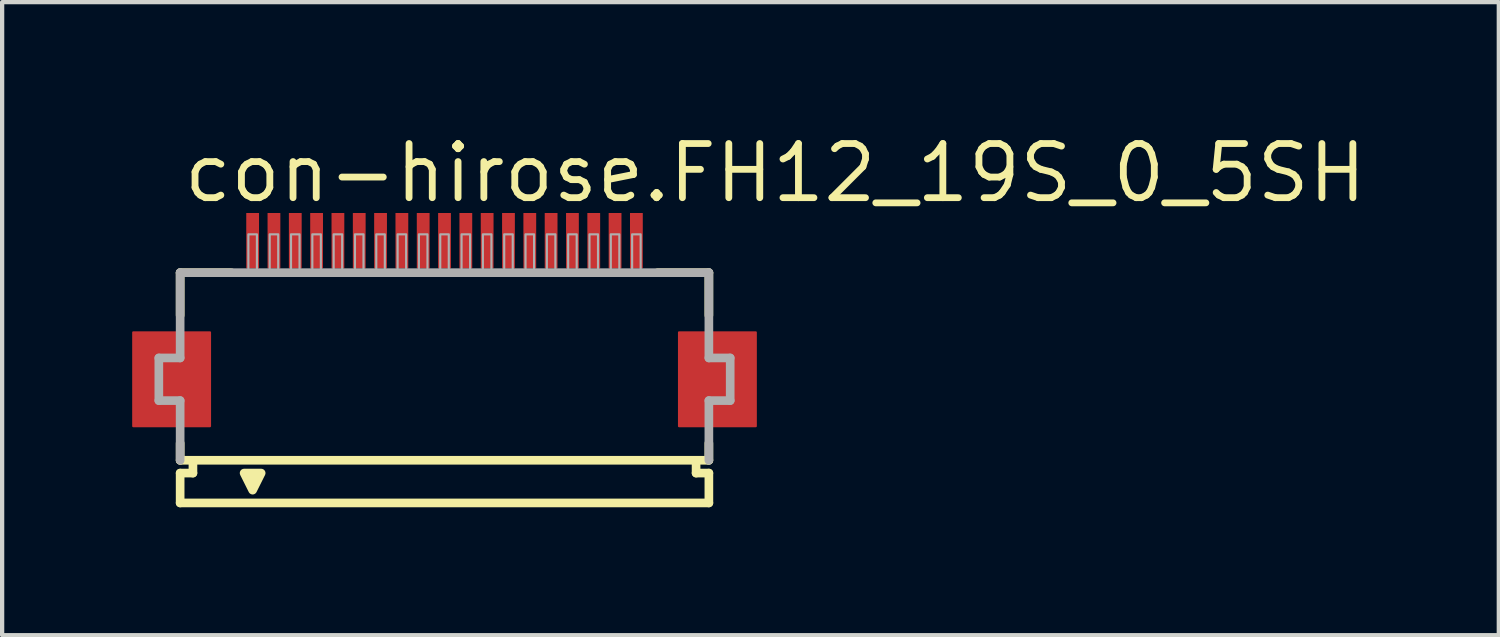
<source format=kicad_pcb>
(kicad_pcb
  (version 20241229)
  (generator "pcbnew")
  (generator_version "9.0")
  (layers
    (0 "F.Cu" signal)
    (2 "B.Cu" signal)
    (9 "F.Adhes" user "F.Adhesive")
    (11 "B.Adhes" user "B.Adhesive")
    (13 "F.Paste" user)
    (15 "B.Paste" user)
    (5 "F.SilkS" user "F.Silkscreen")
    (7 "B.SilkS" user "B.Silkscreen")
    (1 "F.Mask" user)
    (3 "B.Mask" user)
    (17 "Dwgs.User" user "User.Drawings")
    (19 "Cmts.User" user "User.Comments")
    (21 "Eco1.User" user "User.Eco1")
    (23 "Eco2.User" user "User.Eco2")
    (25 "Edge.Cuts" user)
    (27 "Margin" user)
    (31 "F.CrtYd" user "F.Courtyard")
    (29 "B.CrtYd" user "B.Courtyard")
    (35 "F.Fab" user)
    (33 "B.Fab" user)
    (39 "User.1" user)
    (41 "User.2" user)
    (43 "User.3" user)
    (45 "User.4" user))
  (footprint "con-hirose.FH12_19S_0_5SH"
    (layer "F.Cu")
    (at 7.375 5.845)
    (property "Reference" "con-hirose.FH12_19S_0_5SH" (at -6.198 -4.095 0) (layer "F.SilkS") (effects (font (size 1.27 1.27) (thickness 0.16)) (justify left bottom)))
    (attr smd)
    (fp_rect (start -7.3 1.1) (end -5.5 -1.1) (stroke (width 0.05) (type default)) (fill yes) (layer "F.Cu"))
    (fp_rect (start 5.5 1.1) (end 7.3 -1.1) (stroke (width 0.05) (type default)) (fill yes) (layer "F.Cu"))
    (fp_rect (start -7.35 1.175) (end -5.45 -1.175) (stroke (width 0.05) (type default)) (fill yes) (layer "F.Mask"))
    (fp_rect (start -4.7 -2.55) (end -4.3 -3.95) (stroke (width 0.05) (type default)) (fill yes) (layer "F.Mask"))
    (fp_rect (start -4.2 -2.55) (end -3.8 -3.95) (stroke (width 0.05) (type default)) (fill yes) (layer "F.Mask"))
    (fp_rect (start -3.7 -2.55) (end -3.3 -3.95) (stroke (width 0.05) (type default)) (fill yes) (layer "F.Mask"))
    (fp_rect (start -3.2 -2.55) (end -2.8 -3.95) (stroke (width 0.05) (type default)) (fill yes) (layer "F.Mask"))
    (fp_rect (start -2.7 -2.55) (end -2.3 -3.95) (stroke (width 0.05) (type default)) (fill yes) (layer "F.Mask"))
    (fp_rect (start -2.2 -2.55) (end -1.8 -3.95) (stroke (width 0.05) (type default)) (fill yes) (layer "F.Mask"))
    (fp_rect (start -1.7 -2.55) (end -1.3 -3.95) (stroke (width 0.05) (type default)) (fill yes) (layer "F.Mask"))
    (fp_rect (start -1.2 -2.55) (end -0.8 -3.95) (stroke (width 0.05) (type default)) (fill yes) (layer "F.Mask"))
    (fp_rect (start -0.7 -2.55) (end -0.3 -3.95) (stroke (width 0.05) (type default)) (fill yes) (layer "F.Mask"))
    (fp_rect (start -0.2 -2.55) (end 0.2 -3.95) (stroke (width 0.05) (type default)) (fill yes) (layer "F.Mask"))
    (fp_rect (start 0.3 -2.55) (end 0.7 -3.95) (stroke (width 0.05) (type default)) (fill yes) (layer "F.Mask"))
    (fp_rect (start 0.8 -2.55) (end 1.2 -3.95) (stroke (width 0.05) (type default)) (fill yes) (layer "F.Mask"))
    (fp_rect (start 1.3 -2.55) (end 1.7 -3.95) (stroke (width 0.05) (type default)) (fill yes) (layer "F.Mask"))
    (fp_rect (start 1.8 -2.55) (end 2.2 -3.95) (stroke (width 0.05) (type default)) (fill yes) (layer "F.Mask"))
    (fp_rect (start 2.3 -2.55) (end 2.7 -3.95) (stroke (width 0.05) (type default)) (fill yes) (layer "F.Mask"))
    (fp_rect (start 2.8 -2.55) (end 3.2 -3.95) (stroke (width 0.05) (type default)) (fill yes) (layer "F.Mask"))
    (fp_rect (start 3.3 -2.55) (end 3.7 -3.95) (stroke (width 0.05) (type default)) (fill yes) (layer "F.Mask"))
    (fp_rect (start 3.8 -2.55) (end 4.2 -3.95) (stroke (width 0.05) (type default)) (fill yes) (layer "F.Mask"))
    (fp_rect (start 4.3 -2.55) (end 4.7 -3.95) (stroke (width 0.05) (type default)) (fill yes) (layer "F.Mask"))
    (fp_rect (start 5.45 1.175) (end 7.35 -1.175) (stroke (width 0.05) (type default)) (fill yes) (layer "F.Mask"))
    (fp_line (start -6.2 -2.5) (end -6.2 -1.5) (stroke (width 0.203) (type default)) (layer "F.SilkS"))
    (fp_line (start -6.2 1.5) (end -6.2 1.9) (stroke (width 0.203) (type default)) (layer "F.SilkS"))
    (fp_line (start -6.2 1.9) (end -5.9 1.9) (stroke (width 0.203) (type default)) (layer "F.SilkS"))
    (fp_line (start -6.2 2.2) (end -6.2 2.9) (stroke (width 0.203) (type default)) (layer "F.SilkS"))
    (fp_line (start -5.9 1.9) (end -5.9 2.2) (stroke (width 0.203) (type default)) (layer "F.SilkS"))
    (fp_line (start -5.9 2.2) (end -6.2 2.2) (stroke (width 0.203) (type default)) (layer "F.SilkS"))
    (fp_line (start -5 -2.5) (end -6.2 -2.5) (stroke (width 0.203) (type default)) (layer "F.SilkS"))
    (fp_line (start 5.9 1.9) (end -5.9 1.9) (stroke (width 0.203) (type default)) (layer "F.SilkS"))
    (fp_line (start 5.9 1.9) (end 6.2 1.9) (stroke (width 0.203) (type default)) (layer "F.SilkS"))
    (fp_line (start 5.9 2.2) (end 5.9 1.9) (stroke (width 0.203) (type default)) (layer "F.SilkS"))
    (fp_line (start 6.2 -2.5) (end 5 -2.5) (stroke (width 0.203) (type default)) (layer "F.SilkS"))
    (fp_line (start 6.2 -1.5) (end 6.2 -2.5) (stroke (width 0.203) (type default)) (layer "F.SilkS"))
    (fp_line (start 6.2 1.9) (end 6.2 1.5) (stroke (width 0.203) (type default)) (layer "F.SilkS"))
    (fp_line (start 6.2 2.2) (end 5.9 2.2) (stroke (width 0.203) (type default)) (layer "F.SilkS"))
    (fp_line (start 6.2 2.9) (end -6.2 2.9) (stroke (width 0.203) (type default)) (layer "F.SilkS"))
    (fp_line (start 6.2 2.9) (end 6.2 2.2) (stroke (width 0.203) (type default)) (layer "F.SilkS"))
    (fp_poly (pts (xy -4.7 2.2) (xy -4.5 2.6) (xy -4.3 2.2)) (stroke (width 0.203) (type default)) (fill yes) (layer "F.SilkS"))
    (fp_rect (start -7.225 1.025) (end -5.575 -1.025) (stroke (width 0.05) (type default)) (fill yes) (layer "F.Paste"))
    (fp_rect (start -4.625 -2.625) (end -4.375 -3.875) (stroke (width 0.05) (type default)) (fill yes) (layer "F.Paste"))
    (fp_rect (start -4.125 -2.625) (end -3.875 -3.875) (stroke (width 0.05) (type default)) (fill yes) (layer "F.Paste"))
    (fp_rect (start -3.625 -2.625) (end -3.375 -3.875) (stroke (width 0.05) (type default)) (fill yes) (layer "F.Paste"))
    (fp_rect (start -3.125 -2.625) (end -2.875 -3.875) (stroke (width 0.05) (type default)) (fill yes) (layer "F.Paste"))
    (fp_rect (start -2.625 -2.625) (end -2.375 -3.875) (stroke (width 0.05) (type default)) (fill yes) (layer "F.Paste"))
    (fp_rect (start -2.125 -2.625) (end -1.875 -3.875) (stroke (width 0.05) (type default)) (fill yes) (layer "F.Paste"))
    (fp_rect (start -1.625 -2.625) (end -1.375 -3.875) (stroke (width 0.05) (type default)) (fill yes) (layer "F.Paste"))
    (fp_rect (start -1.125 -2.625) (end -0.875 -3.875) (stroke (width 0.05) (type default)) (fill yes) (layer "F.Paste"))
    (fp_rect (start -0.625 -2.625) (end -0.375 -3.875) (stroke (width 0.05) (type default)) (fill yes) (layer "F.Paste"))
    (fp_rect (start -0.125 -2.625) (end 0.125 -3.875) (stroke (width 0.05) (type default)) (fill yes) (layer "F.Paste"))
    (fp_rect (start 0.375 -2.625) (end 0.625 -3.875) (stroke (width 0.05) (type default)) (fill yes) (layer "F.Paste"))
    (fp_rect (start 0.875 -2.625) (end 1.125 -3.875) (stroke (width 0.05) (type default)) (fill yes) (layer "F.Paste"))
    (fp_rect (start 1.375 -2.625) (end 1.625 -3.875) (stroke (width 0.05) (type default)) (fill yes) (layer "F.Paste"))
    (fp_rect (start 1.875 -2.625) (end 2.125 -3.875) (stroke (width 0.05) (type default)) (fill yes) (layer "F.Paste"))
    (fp_rect (start 2.375 -2.625) (end 2.625 -3.875) (stroke (width 0.05) (type default)) (fill yes) (layer "F.Paste"))
    (fp_rect (start 2.875 -2.625) (end 3.125 -3.875) (stroke (width 0.05) (type default)) (fill yes) (layer "F.Paste"))
    (fp_rect (start 3.375 -2.625) (end 3.625 -3.875) (stroke (width 0.05) (type default)) (fill yes) (layer "F.Paste"))
    (fp_rect (start 3.875 -2.625) (end 4.125 -3.875) (stroke (width 0.05) (type default)) (fill yes) (layer "F.Paste"))
    (fp_rect (start 4.375 -2.625) (end 4.625 -3.875) (stroke (width 0.05) (type default)) (fill yes) (layer "F.Paste"))
    (fp_rect (start 5.575 1.025) (end 7.225 -1.025) (stroke (width 0.05) (type default)) (fill yes) (layer "F.Paste"))
    (fp_line (start -6.7 -0.5) (end -6.7 0.5) (stroke (width 0.203) (type default)) (layer "F.Fab"))
    (fp_line (start -6.7 0.5) (end -6.2 0.5) (stroke (width 0.203) (type default)) (layer "F.Fab"))
    (fp_line (start -6.2 -2.5) (end -6.2 -0.5) (stroke (width 0.203) (type default)) (layer "F.Fab"))
    (fp_line (start -6.2 -0.5) (end -6.7 -0.5) (stroke (width 0.203) (type default)) (layer "F.Fab"))
    (fp_line (start -6.2 0.5) (end -6.2 1.9) (stroke (width 0.203) (type default)) (layer "F.Fab"))
    (fp_line (start 6.2 -2.5) (end -6.2 -2.5) (stroke (width 0.203) (type default)) (layer "F.Fab"))
    (fp_line (start 6.2 -0.5) (end 6.2 -2.5) (stroke (width 0.203) (type default)) (layer "F.Fab"))
    (fp_line (start 6.2 0.5) (end 6.7 0.5) (stroke (width 0.203) (type default)) (layer "F.Fab"))
    (fp_line (start 6.2 1.9) (end 6.2 0.5) (stroke (width 0.203) (type default)) (layer "F.Fab"))
    (fp_line (start 6.7 -0.5) (end 6.2 -0.5) (stroke (width 0.203) (type default)) (layer "F.Fab"))
    (fp_line (start 6.7 0.5) (end 6.7 -0.5) (stroke (width 0.203) (type default)) (layer "F.Fab"))
    (fp_rect (start -4.6 -2.55) (end -4.4 -3.4) (stroke (width 0.05) (type default)) (fill no) (layer "F.Fab"))
    (fp_rect (start -4.1 -2.55) (end -3.9 -3.4) (stroke (width 0.05) (type default)) (fill no) (layer "F.Fab"))
    (fp_rect (start -3.6 -2.55) (end -3.4 -3.4) (stroke (width 0.05) (type default)) (fill no) (layer "F.Fab"))
    (fp_rect (start -3.1 -2.55) (end -2.9 -3.4) (stroke (width 0.05) (type default)) (fill no) (layer "F.Fab"))
    (fp_rect (start -2.6 -2.55) (end -2.4 -3.4) (stroke (width 0.05) (type default)) (fill no) (layer "F.Fab"))
    (fp_rect (start -2.1 -2.55) (end -1.9 -3.4) (stroke (width 0.05) (type default)) (fill no) (layer "F.Fab"))
    (fp_rect (start -1.6 -2.55) (end -1.4 -3.4) (stroke (width 0.05) (type default)) (fill no) (layer "F.Fab"))
    (fp_rect (start -1.1 -2.55) (end -0.9 -3.4) (stroke (width 0.05) (type default)) (fill no) (layer "F.Fab"))
    (fp_rect (start -0.6 -2.55) (end -0.4 -3.4) (stroke (width 0.05) (type default)) (fill no) (layer "F.Fab"))
    (fp_rect (start -0.1 -2.55) (end 0.1 -3.4) (stroke (width 0.05) (type default)) (fill no) (layer "F.Fab"))
    (fp_rect (start 0.4 -2.55) (end 0.6 -3.4) (stroke (width 0.05) (type default)) (fill no) (layer "F.Fab"))
    (fp_rect (start 0.9 -2.55) (end 1.1 -3.4) (stroke (width 0.05) (type default)) (fill no) (layer "F.Fab"))
    (fp_rect (start 1.4 -2.55) (end 1.6 -3.4) (stroke (width 0.05) (type default)) (fill no) (layer "F.Fab"))
    (fp_rect (start 1.9 -2.55) (end 2.1 -3.4) (stroke (width 0.05) (type default)) (fill no) (layer "F.Fab"))
    (fp_rect (start 2.4 -2.55) (end 2.6 -3.4) (stroke (width 0.05) (type default)) (fill no) (layer "F.Fab"))
    (fp_rect (start 2.9 -2.55) (end 3.1 -3.4) (stroke (width 0.05) (type default)) (fill no) (layer "F.Fab"))
    (fp_rect (start 3.4 -2.55) (end 3.6 -3.4) (stroke (width 0.05) (type default)) (fill no) (layer "F.Fab"))
    (fp_rect (start 3.9 -2.55) (end 4.1 -3.4) (stroke (width 0.05) (type default)) (fill no) (layer "F.Fab"))
    (fp_rect (start 4.4 -2.55) (end 4.6 -3.4) (stroke (width 0.05) (type default)) (fill no) (layer "F.Fab"))
    (pad "1" smd roundrect (at -4.5 -3.25) (size 0.3 1.3) (layers "F.Cu" "F.Mask" "F.Paste") (roundrect_rratio 0.01))
    (pad "2" smd roundrect (at -4 -3.25) (size 0.3 1.3) (layers "F.Cu" "F.Mask" "F.Paste") (roundrect_rratio 0.01))
    (pad "3" smd roundrect (at -3.5 -3.25) (size 0.3 1.3) (layers "F.Cu" "F.Mask" "F.Paste") (roundrect_rratio 0.01))
    (pad "4" smd roundrect (at -3 -3.25) (size 0.3 1.3) (layers "F.Cu" "F.Mask" "F.Paste") (roundrect_rratio 0.01))
    (pad "5" smd roundrect (at -2.5 -3.25) (size 0.3 1.3) (layers "F.Cu" "F.Mask" "F.Paste") (roundrect_rratio 0.01))
    (pad "6" smd roundrect (at -2 -3.25) (size 0.3 1.3) (layers "F.Cu" "F.Mask" "F.Paste") (roundrect_rratio 0.01))
    (pad "7" smd roundrect (at -1.5 -3.25) (size 0.3 1.3) (layers "F.Cu" "F.Mask" "F.Paste") (roundrect_rratio 0.01))
    (pad "8" smd roundrect (at -1 -3.25) (size 0.3 1.3) (layers "F.Cu" "F.Mask" "F.Paste") (roundrect_rratio 0.01))
    (pad "9" smd roundrect (at -0.5 -3.25) (size 0.3 1.3) (layers "F.Cu" "F.Mask" "F.Paste") (roundrect_rratio 0.01))
    (pad "10" smd roundrect (at 0 -3.25) (size 0.3 1.3) (layers "F.Cu" "F.Mask" "F.Paste") (roundrect_rratio 0.01))
    (pad "11" smd roundrect (at 0.5 -3.25) (size 0.3 1.3) (layers "F.Cu" "F.Mask" "F.Paste") (roundrect_rratio 0.01))
    (pad "12" smd roundrect (at 1 -3.25) (size 0.3 1.3) (layers "F.Cu" "F.Mask" "F.Paste") (roundrect_rratio 0.01))
    (pad "13" smd roundrect (at 1.5 -3.25) (size 0.3 1.3) (layers "F.Cu" "F.Mask" "F.Paste") (roundrect_rratio 0.01))
    (pad "14" smd roundrect (at 2 -3.25) (size 0.3 1.3) (layers "F.Cu" "F.Mask" "F.Paste") (roundrect_rratio 0.01))
    (pad "15" smd roundrect (at 2.5 -3.25) (size 0.3 1.3) (layers "F.Cu" "F.Mask" "F.Paste") (roundrect_rratio 0.01))
    (pad "16" smd roundrect (at 3 -3.25) (size 0.3 1.3) (layers "F.Cu" "F.Mask" "F.Paste") (roundrect_rratio 0.01))
    (pad "17" smd roundrect (at 3.5 -3.25) (size 0.3 1.3) (layers "F.Cu" "F.Mask" "F.Paste") (roundrect_rratio 0.01))
    (pad "18" smd roundrect (at 4 -3.25) (size 0.3 1.3) (layers "F.Cu" "F.Mask" "F.Paste") (roundrect_rratio 0.01))
    (pad "19" smd roundrect (at 4.5 -3.25) (size 0.3 1.3) (layers "F.Cu" "F.Mask" "F.Paste") (roundrect_rratio 0.01)))
  (gr_rect
    (start -3 -3)
    (end 32.101 11.847)
    (stroke (width 0.1) (type default))
    (fill no)
    (layer "Edge.Cuts")))
</source>
